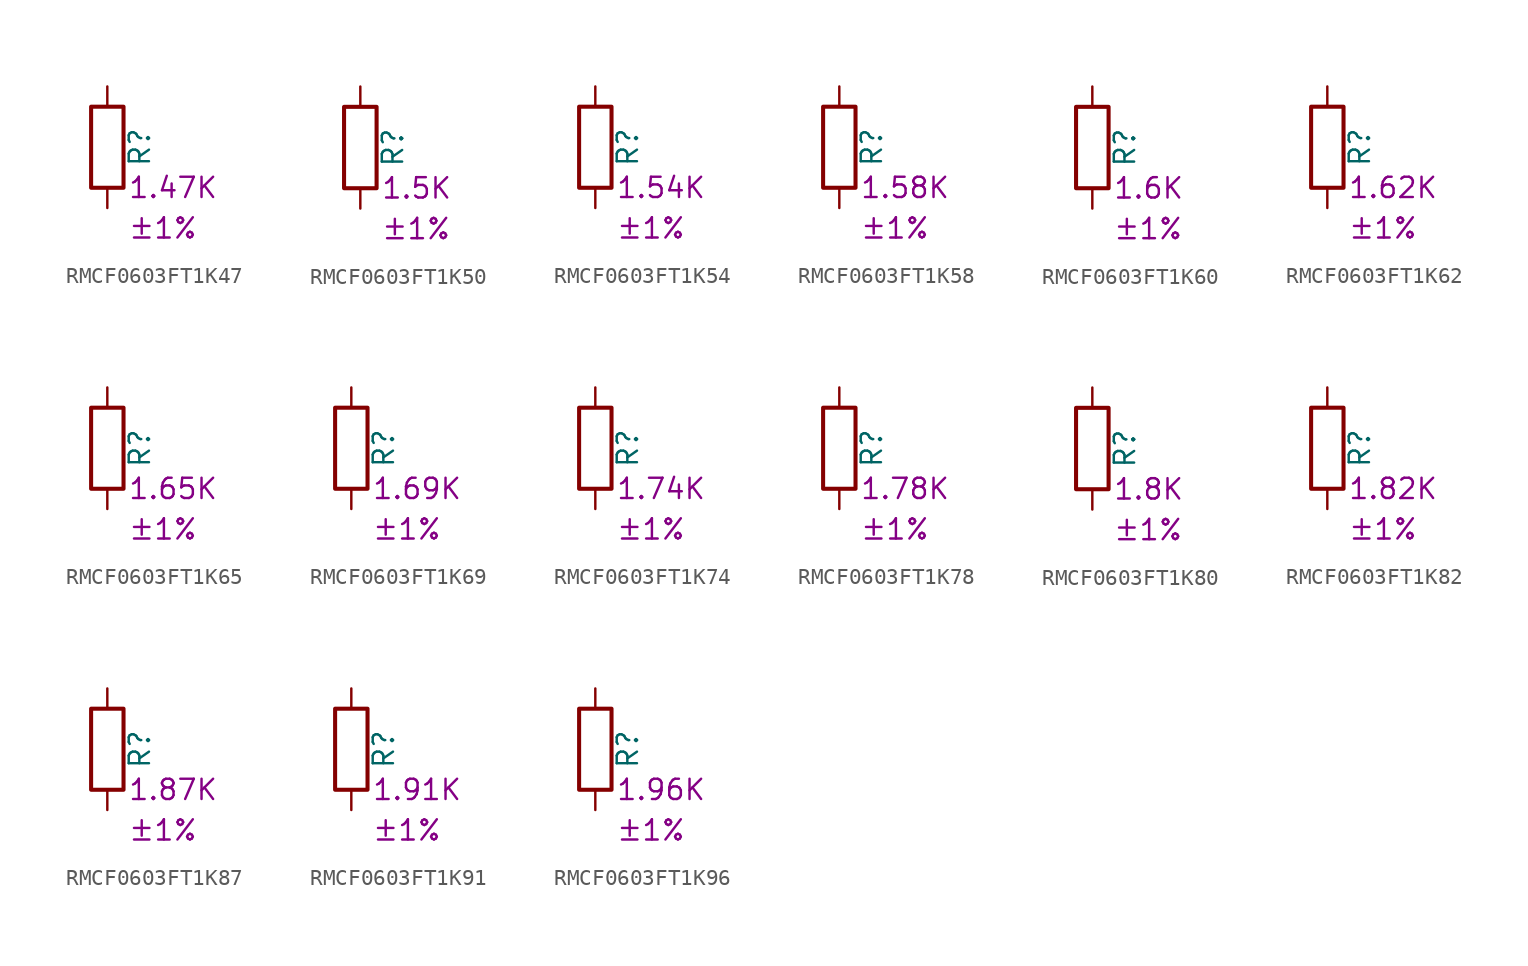
<source format=kicad_sym>
(kicad_symbol_lib
  (version 20220914)
  (generator kicad_symbol_editor)
  (symbol "RMCF0603FT1K47"
    (pin_numbers hide)
    (pin_names
      (offset 0))
    (property "Reference" "R"
      (at 2.032 0 90)
      (effects (font (size 1.27 1.27))))
    (property "Resistance" "1.47K"
      (at 1.27 -2.54 0)
      (effects (font (size 1.27 1.27)) (justify left)))
    (property "Tolerance" "±1%"
      (at 1.27 -5.08 0)
      (effects (font (size 1.27 1.27)) (justify left)))
    (symbol "RMCF0603FT1K47_0_1"
      (rectangle (start -1.016 -2.54) (end 1.016 2.54) (stroke (width 0.254) (type default)) (fill (type none))))
    (symbol "RMCF0603FT1K47_1_1"
      (pin passive line (at 0 3.81 270) (length 1.27) (name "~" (effects (font (size 1.27 1.27)))) (number "1" (effects (font (size 1.27 1.27)))))
      (pin passive line (at 0 -3.81 90) (length 1.27) (name "~" (effects (font (size 1.27 1.27)))) (number "2" (effects (font (size 1.27 1.27)))))))
  (symbol "RMCF0603FT1K50"
    (pin_numbers hide)
    (pin_names
      (offset 0))
    (property "Reference" "R"
      (at 2.032 0 90)
      (effects (font (size 1.27 1.27))))
    (property "Resistance" "1.5K"
      (at 1.27 -2.54 0)
      (effects (font (size 1.27 1.27)) (justify left)))
    (property "Tolerance" "±1%"
      (at 1.27 -5.08 0)
      (effects (font (size 1.27 1.27)) (justify left)))
    (symbol "RMCF0603FT1K50_0_1"
      (rectangle (start -1.016 -2.54) (end 1.016 2.54) (stroke (width 0.254) (type default)) (fill (type none))))
    (symbol "RMCF0603FT1K50_1_1"
      (pin passive line (at 0 3.81 270) (length 1.27) (name "~" (effects (font (size 1.27 1.27)))) (number "1" (effects (font (size 1.27 1.27)))))
      (pin passive line (at 0 -3.81 90) (length 1.27) (name "~" (effects (font (size 1.27 1.27)))) (number "2" (effects (font (size 1.27 1.27)))))))
  (symbol "RMCF0603FT1K54"
    (pin_numbers hide)
    (pin_names
      (offset 0))
    (property "Reference" "R"
      (at 2.032 0 90)
      (effects (font (size 1.27 1.27))))
    (property "Resistance" "1.54K"
      (at 1.27 -2.54 0)
      (effects (font (size 1.27 1.27)) (justify left)))
    (property "Tolerance" "±1%"
      (at 1.27 -5.08 0)
      (effects (font (size 1.27 1.27)) (justify left)))
    (symbol "RMCF0603FT1K54_0_1"
      (rectangle (start -1.016 -2.54) (end 1.016 2.54) (stroke (width 0.254) (type default)) (fill (type none))))
    (symbol "RMCF0603FT1K54_1_1"
      (pin passive line (at 0 3.81 270) (length 1.27) (name "~" (effects (font (size 1.27 1.27)))) (number "1" (effects (font (size 1.27 1.27)))))
      (pin passive line (at 0 -3.81 90) (length 1.27) (name "~" (effects (font (size 1.27 1.27)))) (number "2" (effects (font (size 1.27 1.27)))))))
  (symbol "RMCF0603FT1K58"
    (pin_numbers hide)
    (pin_names
      (offset 0))
    (property "Reference" "R"
      (at 2.032 0 90)
      (effects (font (size 1.27 1.27))))
    (property "Resistance" "1.58K"
      (at 1.27 -2.54 0)
      (effects (font (size 1.27 1.27)) (justify left)))
    (property "Tolerance" "±1%"
      (at 1.27 -5.08 0)
      (effects (font (size 1.27 1.27)) (justify left)))
    (symbol "RMCF0603FT1K58_0_1"
      (rectangle (start -1.016 -2.54) (end 1.016 2.54) (stroke (width 0.254) (type default)) (fill (type none))))
    (symbol "RMCF0603FT1K58_1_1"
      (pin passive line (at 0 3.81 270) (length 1.27) (name "~" (effects (font (size 1.27 1.27)))) (number "1" (effects (font (size 1.27 1.27)))))
      (pin passive line (at 0 -3.81 90) (length 1.27) (name "~" (effects (font (size 1.27 1.27)))) (number "2" (effects (font (size 1.27 1.27)))))))
  (symbol "RMCF0603FT1K60"
    (pin_numbers hide)
    (pin_names
      (offset 0))
    (property "Reference" "R"
      (at 2.032 0 90)
      (effects (font (size 1.27 1.27))))
    (property "Resistance" "1.6K"
      (at 1.27 -2.54 0)
      (effects (font (size 1.27 1.27)) (justify left)))
    (property "Tolerance" "±1%"
      (at 1.27 -5.08 0)
      (effects (font (size 1.27 1.27)) (justify left)))
    (symbol "RMCF0603FT1K60_0_1"
      (rectangle (start -1.016 -2.54) (end 1.016 2.54) (stroke (width 0.254) (type default)) (fill (type none))))
    (symbol "RMCF0603FT1K60_1_1"
      (pin passive line (at 0 3.81 270) (length 1.27) (name "~" (effects (font (size 1.27 1.27)))) (number "1" (effects (font (size 1.27 1.27)))))
      (pin passive line (at 0 -3.81 90) (length 1.27) (name "~" (effects (font (size 1.27 1.27)))) (number "2" (effects (font (size 1.27 1.27)))))))
  (symbol "RMCF0603FT1K62"
    (pin_numbers hide)
    (pin_names
      (offset 0))
    (property "Reference" "R"
      (at 2.032 0 90)
      (effects (font (size 1.27 1.27))))
    (property "Resistance" "1.62K"
      (at 1.27 -2.54 0)
      (effects (font (size 1.27 1.27)) (justify left)))
    (property "Tolerance" "±1%"
      (at 1.27 -5.08 0)
      (effects (font (size 1.27 1.27)) (justify left)))
    (symbol "RMCF0603FT1K62_0_1"
      (rectangle (start -1.016 -2.54) (end 1.016 2.54) (stroke (width 0.254) (type default)) (fill (type none))))
    (symbol "RMCF0603FT1K62_1_1"
      (pin passive line (at 0 3.81 270) (length 1.27) (name "~" (effects (font (size 1.27 1.27)))) (number "1" (effects (font (size 1.27 1.27)))))
      (pin passive line (at 0 -3.81 90) (length 1.27) (name "~" (effects (font (size 1.27 1.27)))) (number "2" (effects (font (size 1.27 1.27)))))))
  (symbol "RMCF0603FT1K65"
    (pin_numbers hide)
    (pin_names
      (offset 0))
    (property "Reference" "R"
      (at 2.032 0 90)
      (effects (font (size 1.27 1.27))))
    (property "Resistance" "1.65K"
      (at 1.27 -2.54 0)
      (effects (font (size 1.27 1.27)) (justify left)))
    (property "Tolerance" "±1%"
      (at 1.27 -5.08 0)
      (effects (font (size 1.27 1.27)) (justify left)))
    (symbol "RMCF0603FT1K65_0_1"
      (rectangle (start -1.016 -2.54) (end 1.016 2.54) (stroke (width 0.254) (type default)) (fill (type none))))
    (symbol "RMCF0603FT1K65_1_1"
      (pin passive line (at 0 3.81 270) (length 1.27) (name "~" (effects (font (size 1.27 1.27)))) (number "1" (effects (font (size 1.27 1.27)))))
      (pin passive line (at 0 -3.81 90) (length 1.27) (name "~" (effects (font (size 1.27 1.27)))) (number "2" (effects (font (size 1.27 1.27)))))))
  (symbol "RMCF0603FT1K69"
    (pin_numbers hide)
    (pin_names
      (offset 0))
    (property "Reference" "R"
      (at 2.032 0 90)
      (effects (font (size 1.27 1.27))))
    (property "Resistance" "1.69K"
      (at 1.27 -2.54 0)
      (effects (font (size 1.27 1.27)) (justify left)))
    (property "Tolerance" "±1%"
      (at 1.27 -5.08 0)
      (effects (font (size 1.27 1.27)) (justify left)))
    (symbol "RMCF0603FT1K69_0_1"
      (rectangle (start -1.016 -2.54) (end 1.016 2.54) (stroke (width 0.254) (type default)) (fill (type none))))
    (symbol "RMCF0603FT1K69_1_1"
      (pin passive line (at 0 3.81 270) (length 1.27) (name "~" (effects (font (size 1.27 1.27)))) (number "1" (effects (font (size 1.27 1.27)))))
      (pin passive line (at 0 -3.81 90) (length 1.27) (name "~" (effects (font (size 1.27 1.27)))) (number "2" (effects (font (size 1.27 1.27)))))))
  (symbol "RMCF0603FT1K74"
    (pin_numbers hide)
    (pin_names
      (offset 0))
    (property "Reference" "R"
      (at 2.032 0 90)
      (effects (font (size 1.27 1.27))))
    (property "Resistance" "1.74K"
      (at 1.27 -2.54 0)
      (effects (font (size 1.27 1.27)) (justify left)))
    (property "Tolerance" "±1%"
      (at 1.27 -5.08 0)
      (effects (font (size 1.27 1.27)) (justify left)))
    (symbol "RMCF0603FT1K74_0_1"
      (rectangle (start -1.016 -2.54) (end 1.016 2.54) (stroke (width 0.254) (type default)) (fill (type none))))
    (symbol "RMCF0603FT1K74_1_1"
      (pin passive line (at 0 3.81 270) (length 1.27) (name "~" (effects (font (size 1.27 1.27)))) (number "1" (effects (font (size 1.27 1.27)))))
      (pin passive line (at 0 -3.81 90) (length 1.27) (name "~" (effects (font (size 1.27 1.27)))) (number "2" (effects (font (size 1.27 1.27)))))))
  (symbol "RMCF0603FT1K78"
    (pin_numbers hide)
    (pin_names
      (offset 0))
    (property "Reference" "R"
      (at 2.032 0 90)
      (effects (font (size 1.27 1.27))))
    (property "Resistance" "1.78K"
      (at 1.27 -2.54 0)
      (effects (font (size 1.27 1.27)) (justify left)))
    (property "Tolerance" "±1%"
      (at 1.27 -5.08 0)
      (effects (font (size 1.27 1.27)) (justify left)))
    (symbol "RMCF0603FT1K78_0_1"
      (rectangle (start -1.016 -2.54) (end 1.016 2.54) (stroke (width 0.254) (type default)) (fill (type none))))
    (symbol "RMCF0603FT1K78_1_1"
      (pin passive line (at 0 3.81 270) (length 1.27) (name "~" (effects (font (size 1.27 1.27)))) (number "1" (effects (font (size 1.27 1.27)))))
      (pin passive line (at 0 -3.81 90) (length 1.27) (name "~" (effects (font (size 1.27 1.27)))) (number "2" (effects (font (size 1.27 1.27)))))))
  (symbol "RMCF0603FT1K80"
    (pin_numbers hide)
    (pin_names
      (offset 0))
    (property "Reference" "R"
      (at 2.032 0 90)
      (effects (font (size 1.27 1.27))))
    (property "Resistance" "1.8K"
      (at 1.27 -2.54 0)
      (effects (font (size 1.27 1.27)) (justify left)))
    (property "Tolerance" "±1%"
      (at 1.27 -5.08 0)
      (effects (font (size 1.27 1.27)) (justify left)))
    (symbol "RMCF0603FT1K80_0_1"
      (rectangle (start -1.016 -2.54) (end 1.016 2.54) (stroke (width 0.254) (type default)) (fill (type none))))
    (symbol "RMCF0603FT1K80_1_1"
      (pin passive line (at 0 3.81 270) (length 1.27) (name "~" (effects (font (size 1.27 1.27)))) (number "1" (effects (font (size 1.27 1.27)))))
      (pin passive line (at 0 -3.81 90) (length 1.27) (name "~" (effects (font (size 1.27 1.27)))) (number "2" (effects (font (size 1.27 1.27)))))))
  (symbol "RMCF0603FT1K82"
    (pin_numbers hide)
    (pin_names
      (offset 0))
    (property "Reference" "R"
      (at 2.032 0 90)
      (effects (font (size 1.27 1.27))))
    (property "Resistance" "1.82K"
      (at 1.27 -2.54 0)
      (effects (font (size 1.27 1.27)) (justify left)))
    (property "Tolerance" "±1%"
      (at 1.27 -5.08 0)
      (effects (font (size 1.27 1.27)) (justify left)))
    (symbol "RMCF0603FT1K82_0_1"
      (rectangle (start -1.016 -2.54) (end 1.016 2.54) (stroke (width 0.254) (type default)) (fill (type none))))
    (symbol "RMCF0603FT1K82_1_1"
      (pin passive line (at 0 3.81 270) (length 1.27) (name "~" (effects (font (size 1.27 1.27)))) (number "1" (effects (font (size 1.27 1.27)))))
      (pin passive line (at 0 -3.81 90) (length 1.27) (name "~" (effects (font (size 1.27 1.27)))) (number "2" (effects (font (size 1.27 1.27)))))))
  (symbol "RMCF0603FT1K87"
    (pin_numbers hide)
    (pin_names
      (offset 0))
    (property "Reference" "R"
      (at 2.032 0 90)
      (effects (font (size 1.27 1.27))))
    (property "Resistance" "1.87K"
      (at 1.27 -2.54 0)
      (effects (font (size 1.27 1.27)) (justify left)))
    (property "Tolerance" "±1%"
      (at 1.27 -5.08 0)
      (effects (font (size 1.27 1.27)) (justify left)))
    (symbol "RMCF0603FT1K87_0_1"
      (rectangle (start -1.016 -2.54) (end 1.016 2.54) (stroke (width 0.254) (type default)) (fill (type none))))
    (symbol "RMCF0603FT1K87_1_1"
      (pin passive line (at 0 3.81 270) (length 1.27) (name "~" (effects (font (size 1.27 1.27)))) (number "1" (effects (font (size 1.27 1.27)))))
      (pin passive line (at 0 -3.81 90) (length 1.27) (name "~" (effects (font (size 1.27 1.27)))) (number "2" (effects (font (size 1.27 1.27)))))))
  (symbol "RMCF0603FT1K91"
    (pin_numbers hide)
    (pin_names
      (offset 0))
    (property "Reference" "R"
      (at 2.032 0 90)
      (effects (font (size 1.27 1.27))))
    (property "Resistance" "1.91K"
      (at 1.27 -2.54 0)
      (effects (font (size 1.27 1.27)) (justify left)))
    (property "Tolerance" "±1%"
      (at 1.27 -5.08 0)
      (effects (font (size 1.27 1.27)) (justify left)))
    (symbol "RMCF0603FT1K91_0_1"
      (rectangle (start -1.016 -2.54) (end 1.016 2.54) (stroke (width 0.254) (type default)) (fill (type none))))
    (symbol "RMCF0603FT1K91_1_1"
      (pin passive line (at 0 3.81 270) (length 1.27) (name "~" (effects (font (size 1.27 1.27)))) (number "1" (effects (font (size 1.27 1.27)))))
      (pin passive line (at 0 -3.81 90) (length 1.27) (name "~" (effects (font (size 1.27 1.27)))) (number "2" (effects (font (size 1.27 1.27)))))))
  (symbol "RMCF0603FT1K96"
    (pin_numbers hide)
    (pin_names
      (offset 0))
    (property "Reference" "R"
      (at 2.032 0 90)
      (effects (font (size 1.27 1.27))))
    (property "Resistance" "1.96K"
      (at 1.27 -2.54 0)
      (effects (font (size 1.27 1.27)) (justify left)))
    (property "Tolerance" "±1%"
      (at 1.27 -5.08 0)
      (effects (font (size 1.27 1.27)) (justify left)))
    (symbol "RMCF0603FT1K96_0_1"
      (rectangle (start -1.016 -2.54) (end 1.016 2.54) (stroke (width 0.254) (type default)) (fill (type none))))
    (symbol "RMCF0603FT1K96_1_1"
      (pin passive line (at 0 3.81 270) (length 1.27) (name "~" (effects (font (size 1.27 1.27)))) (number "1" (effects (font (size 1.27 1.27)))))
      (pin passive line (at 0 -3.81 90) (length 1.27) (name "~" (effects (font (size 1.27 1.27)))) (number "2" (effects (font (size 1.27 1.27))))))))
</source>
